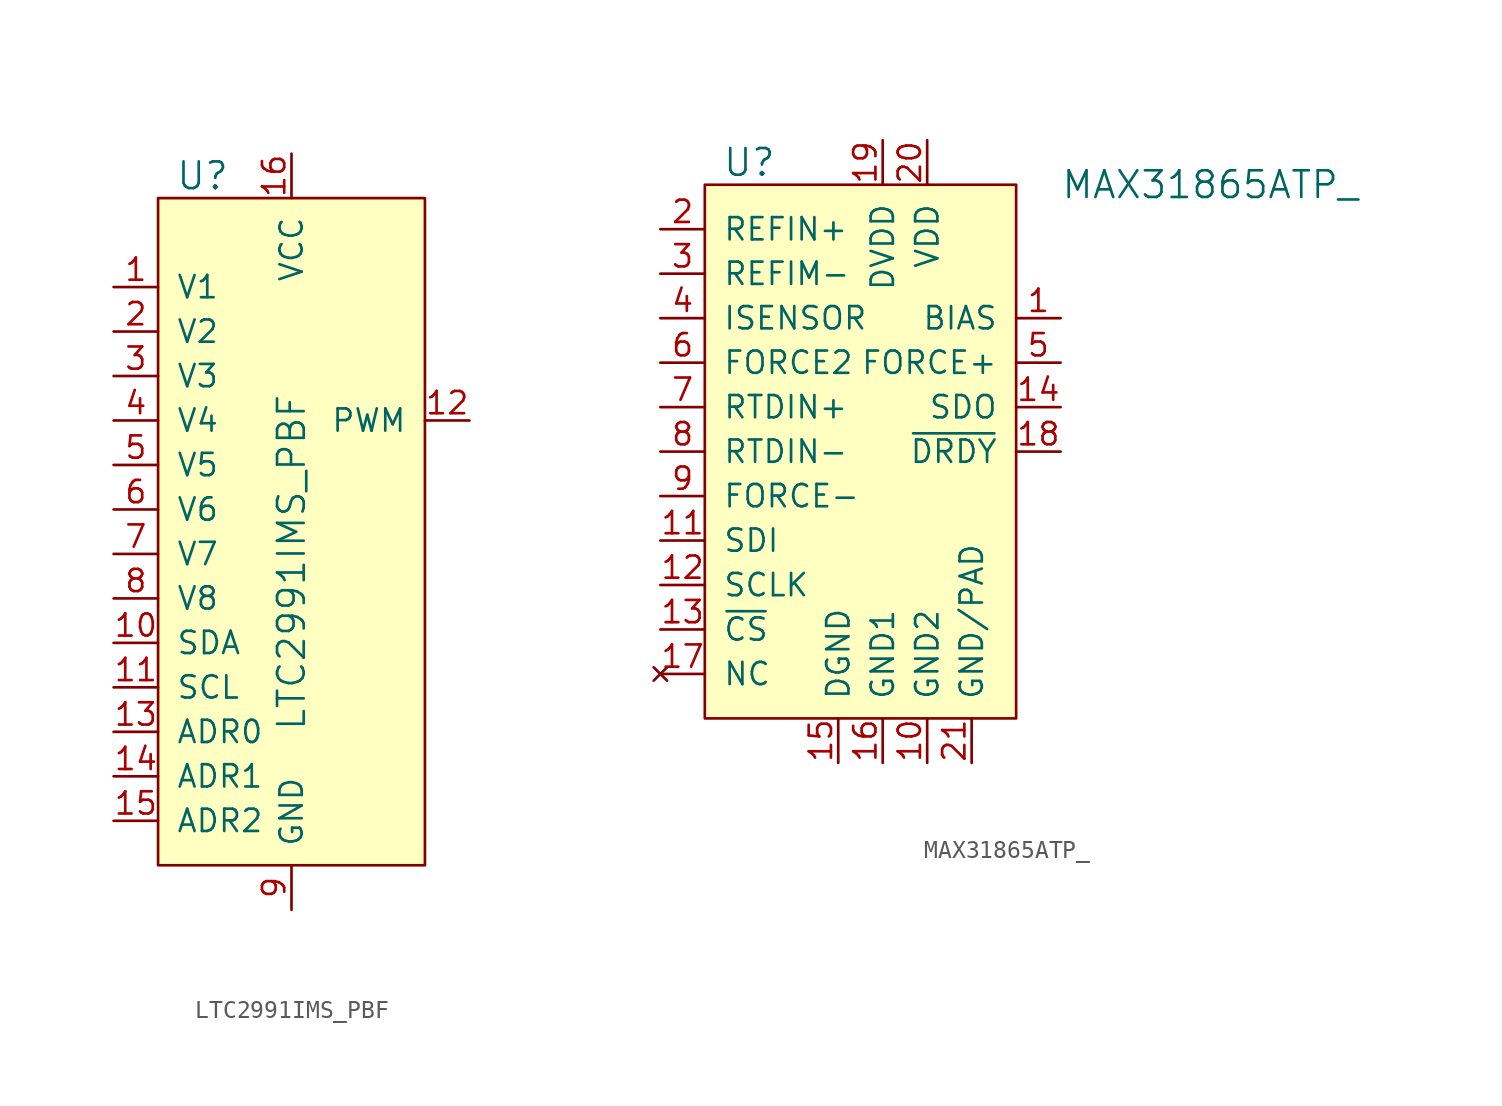
<source format=kicad_sym>
(kicad_symbol_lib
  (version 20211014)
  (generator kicad_symbol_editor)
  (symbol "LTC2991IMS_PBF"
    (pin_names
      (offset 1.016))
    (property "Reference" "U"
      (at -5.08 11.43 0)
      (effects (font (size 1.524 1.524))))
    (property "Value" "LTC2991IMS_PBF"
      (at 0 -20.32 90)
      (effects (font (size 1.524 1.524)) (justify left)))
    (symbol "LTC2991IMS_PBF_0_1"
      (rectangle (start -7.62 10.16) (end 7.62 -27.94) (stroke (width 0) (type default) (color 0 0 0 0)) (fill (type background))))
    (symbol "LTC2991IMS_PBF_1_1"
      (pin input line (at -10.16 5.08 0) (length 2.54) (name "V1" (effects (font (size 1.27 1.27)))) (number "1" (effects (font (size 1.27 1.27)))))
      (pin bidirectional line (at -10.16 -15.24 0) (length 2.54) (name "SDA" (effects (font (size 1.27 1.27)))) (number "10" (effects (font (size 1.27 1.27)))))
      (pin input line (at -10.16 -17.78 0) (length 2.54) (name "SCL" (effects (font (size 1.27 1.27)))) (number "11" (effects (font (size 1.27 1.27)))))
      (pin output line (at 10.16 -2.54 180) (length 2.54) (name "PWM" (effects (font (size 1.27 1.27)))) (number "12" (effects (font (size 1.27 1.27)))))
      (pin input line (at -10.16 -20.32 0) (length 2.54) (name "ADR0" (effects (font (size 1.27 1.27)))) (number "13" (effects (font (size 1.27 1.27)))))
      (pin input line (at -10.16 -22.86 0) (length 2.54) (name "ADR1" (effects (font (size 1.27 1.27)))) (number "14" (effects (font (size 1.27 1.27)))))
      (pin input line (at -10.16 -25.4 0) (length 2.54) (name "ADR2" (effects (font (size 1.27 1.27)))) (number "15" (effects (font (size 1.27 1.27)))))
      (pin power_in line (at 0 12.7 270) (length 2.54) (name "VCC" (effects (font (size 1.27 1.27)))) (number "16" (effects (font (size 1.27 1.27)))))
      (pin input line (at -10.16 2.54 0) (length 2.54) (name "V2" (effects (font (size 1.27 1.27)))) (number "2" (effects (font (size 1.27 1.27)))))
      (pin input line (at -10.16 0 0) (length 2.54) (name "V3" (effects (font (size 1.27 1.27)))) (number "3" (effects (font (size 1.27 1.27)))))
      (pin input line (at -10.16 -2.54 0) (length 2.54) (name "V4" (effects (font (size 1.27 1.27)))) (number "4" (effects (font (size 1.27 1.27)))))
      (pin input line (at -10.16 -5.08 0) (length 2.54) (name "V5" (effects (font (size 1.27 1.27)))) (number "5" (effects (font (size 1.27 1.27)))))
      (pin input line (at -10.16 -7.62 0) (length 2.54) (name "V6" (effects (font (size 1.27 1.27)))) (number "6" (effects (font (size 1.27 1.27)))))
      (pin input line (at -10.16 -10.16 0) (length 2.54) (name "V7" (effects (font (size 1.27 1.27)))) (number "7" (effects (font (size 1.27 1.27)))))
      (pin input line (at -10.16 -12.7 0) (length 2.54) (name "V8" (effects (font (size 1.27 1.27)))) (number "8" (effects (font (size 1.27 1.27)))))
      (pin power_in line (at 0 -30.48 90) (length 2.54) (name "GND" (effects (font (size 1.27 1.27)))) (number "9" (effects (font (size 1.27 1.27)))))))
  (symbol "MAX31865ATP_"
    (pin_names
      (offset 1.016))
    (property "Reference" "U"
      (at -7.62 6.35 0)
      (effects (font (size 1.524 1.524))))
    (property "Value" "MAX31865ATP_"
      (at 10.16 5.08 0)
      (effects (font (size 1.524 1.524)) (justify left)))
    (symbol "MAX31865ATP__0_1"
      (rectangle (start -10.16 5.08) (end 7.62 -25.4) (stroke (width 0) (type default) (color 0 0 0 0)) (fill (type background))))
    (symbol "MAX31865ATP__1_1"
      (pin output line (at 10.16 -2.54 180) (length 2.54) (name "BIAS" (effects (font (size 1.27 1.27)))) (number "1" (effects (font (size 1.27 1.27)))))
      (pin power_in line (at 2.54 -27.94 90) (length 2.54) (name "GND2" (effects (font (size 1.27 1.27)))) (number "10" (effects (font (size 1.27 1.27)))))
      (pin input line (at -12.7 -15.24 0) (length 2.54) (name "SDI" (effects (font (size 1.27 1.27)))) (number "11" (effects (font (size 1.27 1.27)))))
      (pin input line (at -12.7 -17.78 0) (length 2.54) (name "SCLK" (effects (font (size 1.27 1.27)))) (number "12" (effects (font (size 1.27 1.27)))))
      (pin input line (at -12.7 -20.32 0) (length 2.54) (name "~{CS}" (effects (font (size 1.27 1.27)))) (number "13" (effects (font (size 1.27 1.27)))))
      (pin output line (at 10.16 -7.62 180) (length 2.54) (name "SDO" (effects (font (size 1.27 1.27)))) (number "14" (effects (font (size 1.27 1.27)))))
      (pin power_in line (at -2.54 -27.94 90) (length 2.54) (name "DGND" (effects (font (size 1.27 1.27)))) (number "15" (effects (font (size 1.27 1.27)))))
      (pin power_in line (at 0 -27.94 90) (length 2.54) (name "GND1" (effects (font (size 1.27 1.27)))) (number "16" (effects (font (size 1.27 1.27)))))
      (pin no_connect line (at -12.7 -22.86 0) (length 2.54) (name "NC" (effects (font (size 1.27 1.27)))) (number "17" (effects (font (size 1.27 1.27)))))
      (pin output line (at 10.16 -10.16 180) (length 2.54) (name "~{DRDY}" (effects (font (size 1.27 1.27)))) (number "18" (effects (font (size 1.27 1.27)))))
      (pin power_in line (at 0 7.62 270) (length 2.54) (name "DVDD" (effects (font (size 1.27 1.27)))) (number "19" (effects (font (size 1.27 1.27)))))
      (pin input line (at -12.7 2.54 0) (length 2.54) (name "REFIN+" (effects (font (size 1.27 1.27)))) (number "2" (effects (font (size 1.27 1.27)))))
      (pin power_in line (at 2.54 7.62 270) (length 2.54) (name "VDD" (effects (font (size 1.27 1.27)))) (number "20" (effects (font (size 1.27 1.27)))))
      (pin power_in line (at 5.08 -27.94 90) (length 2.54) (name "GND/PAD" (effects (font (size 1.27 1.27)))) (number "21" (effects (font (size 1.27 1.27)))))
      (pin input line (at -12.7 0 0) (length 2.54) (name "REFIM-" (effects (font (size 1.27 1.27)))) (number "3" (effects (font (size 1.27 1.27)))))
      (pin input line (at -12.7 -2.54 0) (length 2.54) (name "ISENSOR" (effects (font (size 1.27 1.27)))) (number "4" (effects (font (size 1.27 1.27)))))
      (pin output line (at 10.16 -5.08 180) (length 2.54) (name "FORCE+" (effects (font (size 1.27 1.27)))) (number "5" (effects (font (size 1.27 1.27)))))
      (pin input line (at -12.7 -5.08 0) (length 2.54) (name "FORCE2" (effects (font (size 1.27 1.27)))) (number "6" (effects (font (size 1.27 1.27)))))
      (pin input line (at -12.7 -7.62 0) (length 2.54) (name "RTDIN+" (effects (font (size 1.27 1.27)))) (number "7" (effects (font (size 1.27 1.27)))))
      (pin input line (at -12.7 -10.16 0) (length 2.54) (name "RTDIN-" (effects (font (size 1.27 1.27)))) (number "8" (effects (font (size 1.27 1.27)))))
      (pin input line (at -12.7 -12.7 0) (length 2.54) (name "FORCE-" (effects (font (size 1.27 1.27)))) (number "9" (effects (font (size 1.27 1.27))))))))
</source>
